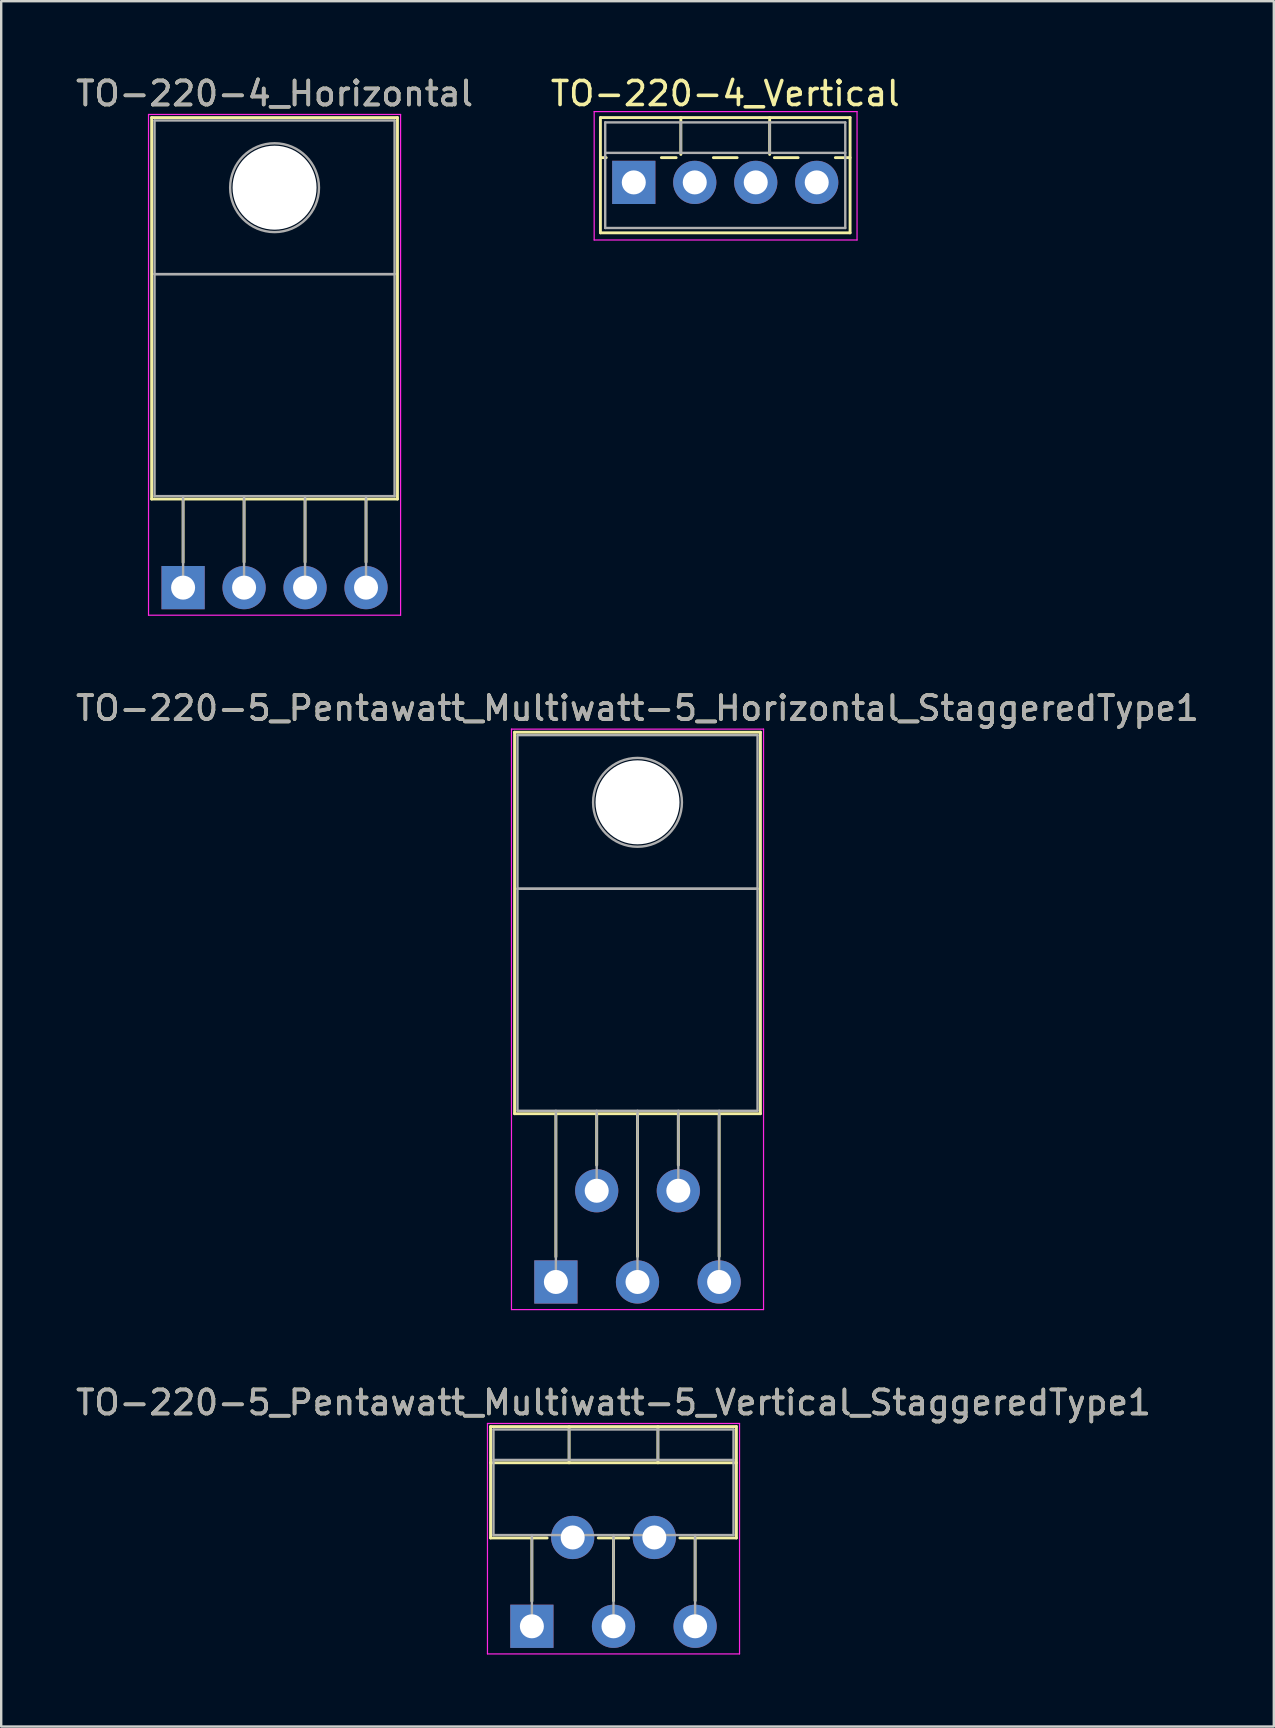
<source format=kicad_pcb>
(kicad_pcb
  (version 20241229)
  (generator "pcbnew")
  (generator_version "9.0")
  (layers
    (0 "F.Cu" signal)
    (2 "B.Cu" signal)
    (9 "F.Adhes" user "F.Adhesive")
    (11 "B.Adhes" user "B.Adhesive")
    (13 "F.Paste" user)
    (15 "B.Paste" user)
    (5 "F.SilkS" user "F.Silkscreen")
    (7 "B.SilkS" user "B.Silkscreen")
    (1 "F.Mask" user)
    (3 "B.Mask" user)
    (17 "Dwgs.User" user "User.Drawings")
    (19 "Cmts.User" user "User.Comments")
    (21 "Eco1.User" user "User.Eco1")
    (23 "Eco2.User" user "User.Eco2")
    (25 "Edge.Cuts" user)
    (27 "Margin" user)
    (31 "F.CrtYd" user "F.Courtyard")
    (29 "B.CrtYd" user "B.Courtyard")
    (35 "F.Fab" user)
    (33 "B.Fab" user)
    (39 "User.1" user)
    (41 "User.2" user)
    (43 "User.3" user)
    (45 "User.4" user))
  (footprint "TO-220-5_Pentawatt_Multiwatt-5_Horizontal_StaggeredType1"
    (layer "F.Cu")
    (at 20.106 50.352)
    (property "Reference" "TO-220-5_Pentawatt_Multiwatt-5_Horizontal_StaggeredType1" (at 3.4 -23.9 0) (layer "F.SilkS") (effects (font (size 1 1) (thickness 0.15))))
    (attr through_hole)
    (fp_line (start -1.721 -22.9) (end -1.721 -7.01) (stroke (width 0.12) (type solid)) (layer "F.SilkS"))
    (fp_line (start -1.721 -22.9) (end 8.52 -22.9) (stroke (width 0.12) (type solid)) (layer "F.SilkS"))
    (fp_line (start -1.721 -7.01) (end 8.52 -7.01) (stroke (width 0.12) (type solid)) (layer "F.SilkS"))
    (fp_line (start 0 -7.01) (end 0 -1.05) (stroke (width 0.12) (type solid)) (layer "F.SilkS"))
    (fp_line (start 1.7 -7.01) (end 1.7 -4.866) (stroke (width 0.12) (type solid)) (layer "F.SilkS"))
    (fp_line (start 3.4 -7.01) (end 3.4 -1.065) (stroke (width 0.12) (type solid)) (layer "F.SilkS"))
    (fp_line (start 5.1 -7.01) (end 5.1 -4.866) (stroke (width 0.12) (type solid)) (layer "F.SilkS"))
    (fp_line (start 6.8 -7.01) (end 6.8 -1.065) (stroke (width 0.12) (type solid)) (layer "F.SilkS"))
    (fp_line (start 8.52 -22.9) (end 8.52 -7.01) (stroke (width 0.12) (type solid)) (layer "F.SilkS"))
    (fp_line (start -1.85 -23.03) (end -1.85 1.15) (stroke (width 0.05) (type solid)) (layer "F.CrtYd"))
    (fp_line (start -1.85 1.15) (end 8.65 1.15) (stroke (width 0.05) (type solid)) (layer "F.CrtYd"))
    (fp_line (start 8.65 -23.03) (end -1.85 -23.03) (stroke (width 0.05) (type solid)) (layer "F.CrtYd"))
    (fp_line (start 8.65 1.15) (end 8.65 -23.03) (stroke (width 0.05) (type solid)) (layer "F.CrtYd"))
    (fp_line (start -1.6 -22.78) (end 8.4 -22.78) (stroke (width 0.1) (type solid)) (layer "F.Fab"))
    (fp_line (start -1.6 -16.38) (end -1.6 -22.78) (stroke (width 0.1) (type solid)) (layer "F.Fab"))
    (fp_line (start -1.6 -16.38) (end 8.4 -16.38) (stroke (width 0.1) (type solid)) (layer "F.Fab"))
    (fp_line (start -1.6 -7.13) (end -1.6 -16.38) (stroke (width 0.1) (type solid)) (layer "F.Fab"))
    (fp_line (start 0 -7.13) (end 0 0) (stroke (width 0.1) (type solid)) (layer "F.Fab"))
    (fp_line (start 1.7 -7.13) (end 1.7 -3.8) (stroke (width 0.1) (type solid)) (layer "F.Fab"))
    (fp_line (start 3.4 -7.13) (end 3.4 0) (stroke (width 0.1) (type solid)) (layer "F.Fab"))
    (fp_line (start 5.1 -7.13) (end 5.1 -3.8) (stroke (width 0.1) (type solid)) (layer "F.Fab"))
    (fp_line (start 6.8 -7.13) (end 6.8 0) (stroke (width 0.1) (type solid)) (layer "F.Fab"))
    (fp_line (start 8.4 -22.78) (end 8.4 -16.38) (stroke (width 0.1) (type solid)) (layer "F.Fab"))
    (fp_line (start 8.4 -16.38) (end -1.6 -16.38) (stroke (width 0.1) (type solid)) (layer "F.Fab"))
    (fp_line (start 8.4 -16.38) (end 8.4 -7.13) (stroke (width 0.1) (type solid)) (layer "F.Fab"))
    (fp_line (start 8.4 -7.13) (end -1.6 -7.13) (stroke (width 0.1) (type solid)) (layer "F.Fab"))
    (fp_circle (center 3.4 -19.98) (end 5.25 -19.98) (stroke (width 0.1) (type solid)) (fill no) (layer "F.Fab"))
    (fp_text user "${REFERENCE}" (at 3.4 -23.9 0) (layer "F.Fab") (effects (font (size 1 1) (thickness 0.15))))
    (pad "" np_thru_hole oval (at 3.4 -19.98) (size 3.5 3.5) (drill 3.5) (layers "*.Cu" "*.Mask"))
    (pad "1" thru_hole rect (at 0 0) (size 1.8 1.8) (drill 1) (layers "*.Cu" "*.Mask"))
    (pad "2" thru_hole oval (at 1.7 -3.8) (size 1.8 1.8) (drill 1) (layers "*.Cu" "*.Mask"))
    (pad "3" thru_hole oval (at 3.4 0) (size 1.8 1.8) (drill 1) (layers "*.Cu" "*.Mask"))
    (pad "4" thru_hole oval (at 5.1 -3.8) (size 1.8 1.8) (drill 1) (layers "*.Cu" "*.Mask"))
    (pad "5" thru_hole oval (at 6.8 0) (size 1.8 1.8) (drill 1) (layers "*.Cu" "*.Mask")))
  (footprint "TO-220-4_Horizontal"
    (layer "F.Cu")
    (at 4.577 21.428)
    (property "Reference" "TO-220-4_Horizontal" (at 3.81 -20.58 0) (layer "F.SilkS") (effects (font (size 1 1) (thickness 0.15))))
    (attr through_hole)
    (fp_line (start -1.31 -19.58) (end -1.31 -3.69) (stroke (width 0.12) (type solid)) (layer "F.SilkS"))
    (fp_line (start -1.31 -19.58) (end 8.93 -19.58) (stroke (width 0.12) (type solid)) (layer "F.SilkS"))
    (fp_line (start -1.31 -3.69) (end 8.93 -3.69) (stroke (width 0.12) (type solid)) (layer "F.SilkS"))
    (fp_line (start 0 -3.69) (end 0 -1.05) (stroke (width 0.12) (type solid)) (layer "F.SilkS"))
    (fp_line (start 2.54 -3.69) (end 2.54 -1.066) (stroke (width 0.12) (type solid)) (layer "F.SilkS"))
    (fp_line (start 5.08 -3.69) (end 5.08 -1.066) (stroke (width 0.12) (type solid)) (layer "F.SilkS"))
    (fp_line (start 7.62 -3.69) (end 7.62 -1.066) (stroke (width 0.12) (type solid)) (layer "F.SilkS"))
    (fp_line (start 8.93 -19.58) (end 8.93 -3.69) (stroke (width 0.12) (type solid)) (layer "F.SilkS"))
    (fp_line (start -1.44 -19.71) (end -1.44 1.15) (stroke (width 0.05) (type solid)) (layer "F.CrtYd"))
    (fp_line (start -1.44 1.15) (end 9.06 1.15) (stroke (width 0.05) (type solid)) (layer "F.CrtYd"))
    (fp_line (start 9.06 -19.71) (end -1.44 -19.71) (stroke (width 0.05) (type solid)) (layer "F.CrtYd"))
    (fp_line (start 9.06 1.15) (end 9.06 -19.71) (stroke (width 0.05) (type solid)) (layer "F.CrtYd"))
    (fp_line (start -1.19 -19.46) (end 8.81 -19.46) (stroke (width 0.1) (type solid)) (layer "F.Fab"))
    (fp_line (start -1.19 -13.06) (end -1.19 -19.46) (stroke (width 0.1) (type solid)) (layer "F.Fab"))
    (fp_line (start -1.19 -13.06) (end 8.81 -13.06) (stroke (width 0.1) (type solid)) (layer "F.Fab"))
    (fp_line (start -1.19 -3.81) (end -1.19 -13.06) (stroke (width 0.1) (type solid)) (layer "F.Fab"))
    (fp_line (start 0 -3.81) (end 0 0) (stroke (width 0.1) (type solid)) (layer "F.Fab"))
    (fp_line (start 2.54 -3.81) (end 2.54 0) (stroke (width 0.1) (type solid)) (layer "F.Fab"))
    (fp_line (start 5.08 -3.81) (end 5.08 0) (stroke (width 0.1) (type solid)) (layer "F.Fab"))
    (fp_line (start 7.62 -3.81) (end 7.62 0) (stroke (width 0.1) (type solid)) (layer "F.Fab"))
    (fp_line (start 8.81 -19.46) (end 8.81 -13.06) (stroke (width 0.1) (type solid)) (layer "F.Fab"))
    (fp_line (start 8.81 -13.06) (end -1.19 -13.06) (stroke (width 0.1) (type solid)) (layer "F.Fab"))
    (fp_line (start 8.81 -13.06) (end 8.81 -3.81) (stroke (width 0.1) (type solid)) (layer "F.Fab"))
    (fp_line (start 8.81 -3.81) (end -1.19 -3.81) (stroke (width 0.1) (type solid)) (layer "F.Fab"))
    (fp_circle (center 3.81 -16.66) (end 5.66 -16.66) (stroke (width 0.1) (type solid)) (fill no) (layer "F.Fab"))
    (fp_text user "${REFERENCE}" (at 3.81 -20.58 0) (layer "F.Fab") (effects (font (size 1 1) (thickness 0.15))))
    (pad "" np_thru_hole oval (at 3.81 -16.66) (size 3.5 3.5) (drill 3.5) (layers "*.Cu" "*.Mask"))
    (pad "1" thru_hole rect (at 0 0) (size 1.8 1.8) (drill 1) (layers "*.Cu" "*.Mask"))
    (pad "2" thru_hole oval (at 2.54 0) (size 1.8 1.8) (drill 1) (layers "*.Cu" "*.Mask"))
    (pad "3" thru_hole oval (at 5.08 0) (size 1.8 1.8) (drill 1) (layers "*.Cu" "*.Mask"))
    (pad "4" thru_hole oval (at 7.62 0) (size 1.8 1.8) (drill 1) (layers "*.Cu" "*.Mask")))
  (footprint "TO-220-5_Pentawatt_Multiwatt-5_Vertical_StaggeredType1"
    (layer "F.Cu")
    (at 19.106 64.695)
    (property "Reference" "TO-220-5_Pentawatt_Multiwatt-5_Vertical_StaggeredType1" (at 3.4 -9.32 0) (layer "F.SilkS") (effects (font (size 1 1) (thickness 0.15))))
    (attr through_hole)
    (fp_line (start -1.721 -8.32) (end -1.721 -3.679) (stroke (width 0.12) (type solid)) (layer "F.SilkS"))
    (fp_line (start -1.721 -8.32) (end 8.52 -8.32) (stroke (width 0.12) (type solid)) (layer "F.SilkS"))
    (fp_line (start -1.721 -6.811) (end 8.52 -6.811) (stroke (width 0.12) (type solid)) (layer "F.SilkS"))
    (fp_line (start -1.721 -3.679) (end 0.635 -3.679) (stroke (width 0.12) (type solid)) (layer "F.SilkS"))
    (fp_line (start 0 -3.679) (end 0 -1.049) (stroke (width 0.12) (type solid)) (layer "F.SilkS"))
    (fp_line (start 1.55 -8.32) (end 1.55 -6.811) (stroke (width 0.12) (type solid)) (layer "F.SilkS"))
    (fp_line (start 2.765 -3.679) (end 4.035 -3.679) (stroke (width 0.12) (type solid)) (layer "F.SilkS"))
    (fp_line (start 3.4 -3.679) (end 3.4 -1.065) (stroke (width 0.12) (type solid)) (layer "F.SilkS"))
    (fp_line (start 5.25 -8.32) (end 5.25 -6.811) (stroke (width 0.12) (type solid)) (layer "F.SilkS"))
    (fp_line (start 6.165 -3.679) (end 8.52 -3.679) (stroke (width 0.12) (type solid)) (layer "F.SilkS"))
    (fp_line (start 6.8 -3.679) (end 6.8 -1.065) (stroke (width 0.12) (type solid)) (layer "F.SilkS"))
    (fp_line (start 8.52 -8.32) (end 8.52 -3.679) (stroke (width 0.12) (type solid)) (layer "F.SilkS"))
    (fp_line (start -1.85 -8.45) (end -1.85 1.15) (stroke (width 0.05) (type solid)) (layer "F.CrtYd"))
    (fp_line (start -1.85 1.15) (end 8.65 1.15) (stroke (width 0.05) (type solid)) (layer "F.CrtYd"))
    (fp_line (start 8.65 -8.45) (end -1.85 -8.45) (stroke (width 0.05) (type solid)) (layer "F.CrtYd"))
    (fp_line (start 8.65 1.15) (end 8.65 -8.45) (stroke (width 0.05) (type solid)) (layer "F.CrtYd"))
    (fp_line (start -1.6 -8.2) (end -1.6 -3.8) (stroke (width 0.1) (type solid)) (layer "F.Fab"))
    (fp_line (start -1.6 -6.93) (end 8.4 -6.93) (stroke (width 0.1) (type solid)) (layer "F.Fab"))
    (fp_line (start -1.6 -3.8) (end 8.4 -3.8) (stroke (width 0.1) (type solid)) (layer "F.Fab"))
    (fp_line (start 0 -3.8) (end 0 0) (stroke (width 0.1) (type solid)) (layer "F.Fab"))
    (fp_line (start 1.55 -8.2) (end 1.55 -6.93) (stroke (width 0.1) (type solid)) (layer "F.Fab"))
    (fp_line (start 1.7 -3.8) (end 1.7 -3.7) (stroke (width 0.1) (type solid)) (layer "F.Fab"))
    (fp_line (start 3.4 -3.8) (end 3.4 0) (stroke (width 0.1) (type solid)) (layer "F.Fab"))
    (fp_line (start 5.1 -3.8) (end 5.1 -3.7) (stroke (width 0.1) (type solid)) (layer "F.Fab"))
    (fp_line (start 5.25 -8.2) (end 5.25 -6.93) (stroke (width 0.1) (type solid)) (layer "F.Fab"))
    (fp_line (start 6.8 -3.8) (end 6.8 0) (stroke (width 0.1) (type solid)) (layer "F.Fab"))
    (fp_line (start 8.4 -8.2) (end -1.6 -8.2) (stroke (width 0.1) (type solid)) (layer "F.Fab"))
    (fp_line (start 8.4 -3.8) (end 8.4 -8.2) (stroke (width 0.1) (type solid)) (layer "F.Fab"))
    (fp_text user "${REFERENCE}" (at 3.4 -9.32 0) (layer "F.Fab") (effects (font (size 1 1) (thickness 0.15))))
    (pad "1" thru_hole rect (at 0 0) (size 1.8 1.8) (drill 1) (layers "*.Cu" "*.Mask"))
    (pad "2" thru_hole oval (at 1.7 -3.7) (size 1.8 1.8) (drill 1) (layers "*.Cu" "*.Mask"))
    (pad "3" thru_hole oval (at 3.4 0) (size 1.8 1.8) (drill 1) (layers "*.Cu" "*.Mask"))
    (pad "4" thru_hole oval (at 5.1 -3.7) (size 1.8 1.8) (drill 1) (layers "*.Cu" "*.Mask"))
    (pad "5" thru_hole oval (at 6.8 0) (size 1.8 1.8) (drill 1) (layers "*.Cu" "*.Mask")))
  (footprint "TO-220-4_Vertical"
    (layer "F.Cu")
    (at 23.351 4.548)
    (property "Reference" "TO-220-4_Vertical" (at 3.81 -3.7 0) (layer "F.SilkS") (effects (font (size 1 1) (thickness 0.15))))
    (attr through_hole)
    (fp_line (start -1.39 -2.7) (end -1.39 2.101) (stroke (width 0.12) (type solid)) (layer "F.SilkS"))
    (fp_line (start -1.39 -2.7) (end 9.01 -2.7) (stroke (width 0.12) (type solid)) (layer "F.SilkS"))
    (fp_line (start -1.39 -1.031) (end -1.15 -1.031) (stroke (width 0.12) (type solid)) (layer "F.SilkS"))
    (fp_line (start -1.39 2.101) (end 9.01 2.101) (stroke (width 0.12) (type solid)) (layer "F.SilkS"))
    (fp_line (start 1.15 -1.031) (end 1.765 -1.031) (stroke (width 0.12) (type solid)) (layer "F.SilkS"))
    (fp_line (start 1.96 -2.7) (end 1.96 -1.165) (stroke (width 0.12) (type solid)) (layer "F.SilkS"))
    (fp_line (start 3.316 -1.031) (end 4.305 -1.031) (stroke (width 0.12) (type solid)) (layer "F.SilkS"))
    (fp_line (start 5.66 -2.7) (end 5.66 -1.165) (stroke (width 0.12) (type solid)) (layer "F.SilkS"))
    (fp_line (start 5.856 -1.031) (end 6.845 -1.031) (stroke (width 0.12) (type solid)) (layer "F.SilkS"))
    (fp_line (start 8.396 -1.031) (end 9.01 -1.031) (stroke (width 0.12) (type solid)) (layer "F.SilkS"))
    (fp_line (start 9.01 -2.7) (end 9.01 2.101) (stroke (width 0.12) (type solid)) (layer "F.SilkS"))
    (fp_line (start -1.65 -2.95) (end -1.65 2.4) (stroke (width 0.05) (type solid)) (layer "F.CrtYd"))
    (fp_line (start -1.65 2.4) (end 9.3 2.4) (stroke (width 0.05) (type solid)) (layer "F.CrtYd"))
    (fp_line (start 9.3 -2.95) (end -1.65 -2.95) (stroke (width 0.05) (type solid)) (layer "F.CrtYd"))
    (fp_line (start 9.3 2.4) (end 9.3 -2.95) (stroke (width 0.05) (type solid)) (layer "F.CrtYd"))
    (fp_line (start -1.19 -2.5) (end -1.19 1.9) (stroke (width 0.1) (type solid)) (layer "F.Fab"))
    (fp_line (start -1.19 -1.23) (end 8.81 -1.23) (stroke (width 0.1) (type solid)) (layer "F.Fab"))
    (fp_line (start -1.19 1.9) (end 8.81 1.9) (stroke (width 0.1) (type solid)) (layer "F.Fab"))
    (fp_line (start 1.96 -2.5) (end 1.96 -1.23) (stroke (width 0.1) (type solid)) (layer "F.Fab"))
    (fp_line (start 5.66 -2.5) (end 5.66 -1.23) (stroke (width 0.1) (type solid)) (layer "F.Fab"))
    (fp_line (start 8.81 -2.5) (end -1.19 -2.5) (stroke (width 0.1) (type solid)) (layer "F.Fab"))
    (fp_line (start 8.81 1.9) (end 8.81 -2.5) (stroke (width 0.1) (type solid)) (layer "F.Fab"))
    (pad "1" thru_hole rect (at 0 0) (size 1.8 1.8) (drill 1) (layers "*.Cu" "*.Mask"))
    (pad "2" thru_hole oval (at 2.54 0) (size 1.8 1.8) (drill 1) (layers "*.Cu" "*.Mask"))
    (pad "3" thru_hole oval (at 5.08 0) (size 1.8 1.8) (drill 1) (layers "*.Cu" "*.Mask"))
    (pad "4" thru_hole oval (at 7.62 0) (size 1.8 1.8) (drill 1) (layers "*.Cu" "*.Mask")))
  (gr_rect
    (start -3 -3)
    (end 50.012 68.87)
    (stroke (width 0.1) (type default))
    (fill no)
    (layer "Edge.Cuts")))
</source>
